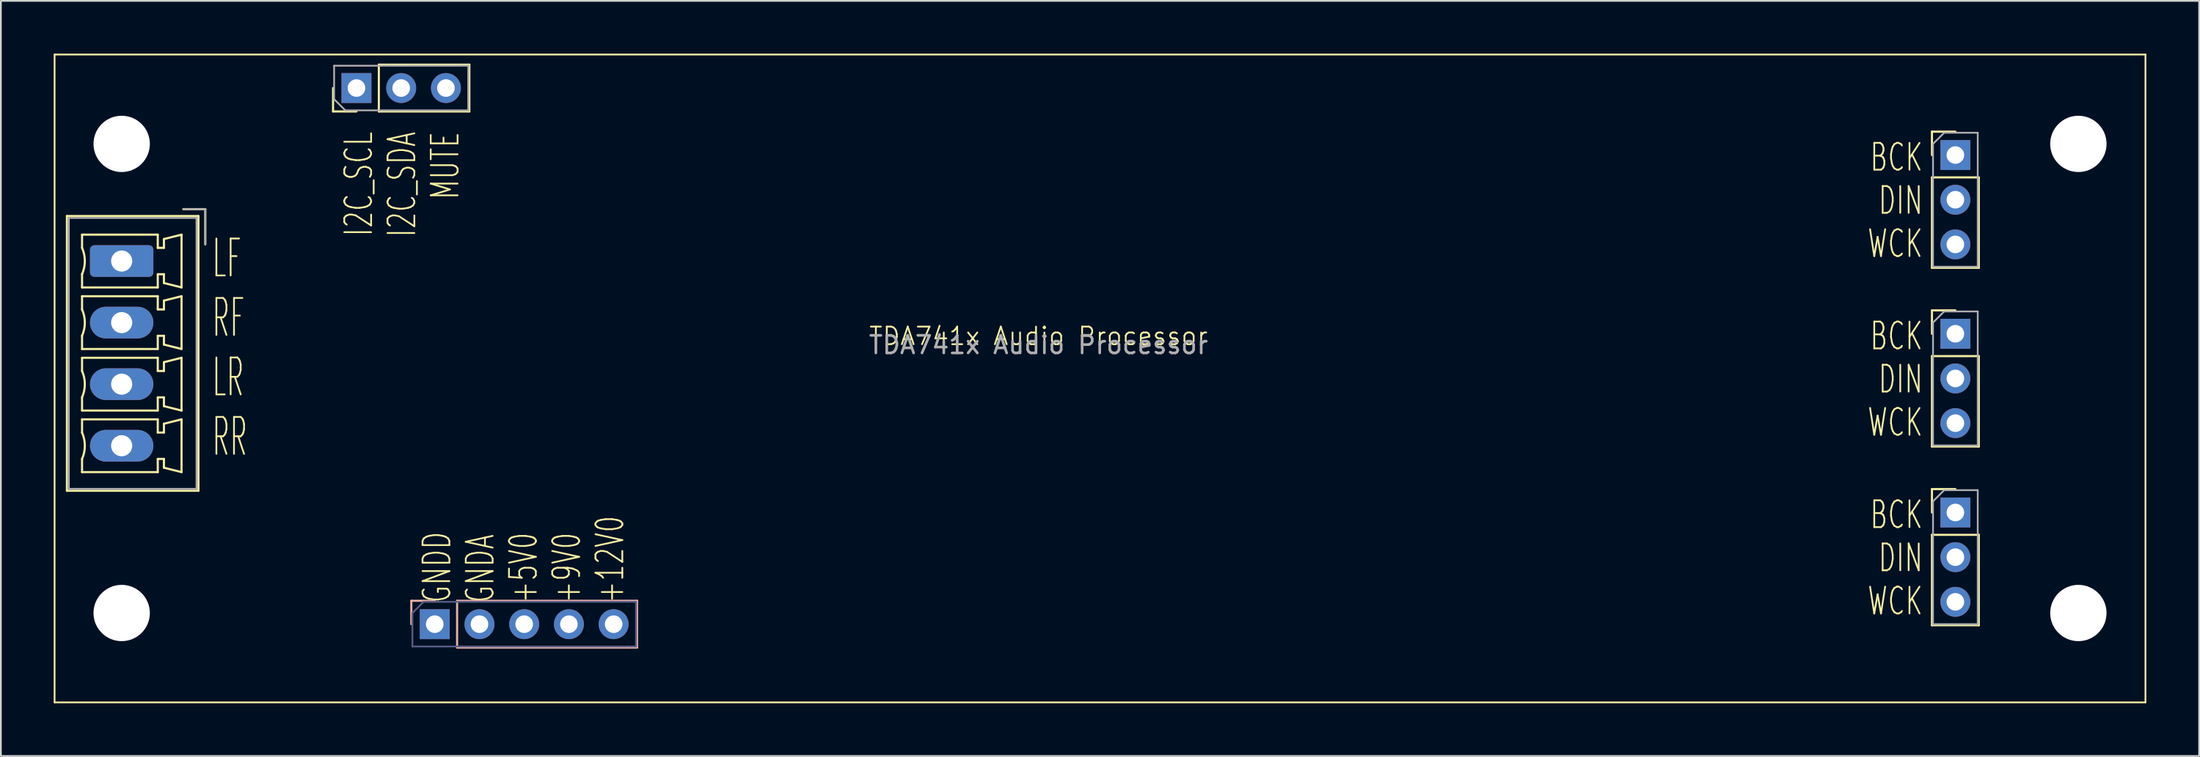
<source format=kicad_pcb>
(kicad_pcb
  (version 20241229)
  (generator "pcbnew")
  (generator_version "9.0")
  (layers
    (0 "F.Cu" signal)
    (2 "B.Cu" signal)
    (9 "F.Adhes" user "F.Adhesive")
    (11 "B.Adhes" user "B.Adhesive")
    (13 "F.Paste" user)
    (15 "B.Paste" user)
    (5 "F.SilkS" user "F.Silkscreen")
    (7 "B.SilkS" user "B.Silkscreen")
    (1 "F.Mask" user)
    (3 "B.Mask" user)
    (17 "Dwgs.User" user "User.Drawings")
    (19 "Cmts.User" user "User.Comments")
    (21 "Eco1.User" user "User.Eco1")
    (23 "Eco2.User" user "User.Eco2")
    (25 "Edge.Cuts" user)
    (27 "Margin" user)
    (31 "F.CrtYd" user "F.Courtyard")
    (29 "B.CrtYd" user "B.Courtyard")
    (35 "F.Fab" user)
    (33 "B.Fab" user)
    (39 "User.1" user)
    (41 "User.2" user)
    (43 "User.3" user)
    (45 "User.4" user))
  (footprint "TDA741x Audio Processor"
    (layer "F.Cu")
    (at 55.93 16.56)
    (property "Reference" "TDA741x Audio Processor" (at 0 -0.5 0) (unlocked yes) (layer "F.SilkS") (effects (font (size 1 1) (thickness 0.1))))
    (attr through_hole)
    (fp_line (start -55.88 -16.51) (end -55.88 20.32) (stroke (width 0.1) (type default)) (layer "F.SilkS"))
    (fp_line (start -55.88 -16.51) (end 62.865 -16.51) (stroke (width 0.1) (type default)) (layer "F.SilkS"))
    (fp_line (start -55.88 20.32) (end 62.865 20.32) (stroke (width 0.1) (type default)) (layer "F.SilkS"))
    (fp_line (start -55.18 -7.33) (end -55.18 8.29) (stroke (width 0.12) (type solid)) (layer "F.SilkS"))
    (fp_line (start -55.18 8.29) (end -47.71 8.29) (stroke (width 0.12) (type solid)) (layer "F.SilkS"))
    (fp_line (start -54.32 -6.27) (end -50.02 -6.27) (stroke (width 0.12) (type solid)) (layer "F.SilkS"))
    (fp_line (start -54.32 -5.52) (end -54.32 -6.27) (stroke (width 0.12) (type solid)) (layer "F.SilkS"))
    (fp_line (start -54.32 -3.27) (end -54.32 -4.02) (stroke (width 0.12) (type solid)) (layer "F.SilkS"))
    (fp_line (start -54.32 -2.77) (end -50.02 -2.77) (stroke (width 0.12) (type solid)) (layer "F.SilkS"))
    (fp_line (start -54.32 -2.02) (end -54.32 -2.77) (stroke (width 0.12) (type solid)) (layer "F.SilkS"))
    (fp_line (start -54.32 0.23) (end -54.32 -0.52) (stroke (width 0.12) (type solid)) (layer "F.SilkS"))
    (fp_line (start -54.32 0.73) (end -50.02 0.73) (stroke (width 0.12) (type solid)) (layer "F.SilkS"))
    (fp_line (start -54.32 1.48) (end -54.32 0.73) (stroke (width 0.12) (type solid)) (layer "F.SilkS"))
    (fp_line (start -54.32 3.73) (end -54.32 2.98) (stroke (width 0.12) (type solid)) (layer "F.SilkS"))
    (fp_line (start -54.32 4.23) (end -50.02 4.23) (stroke (width 0.12) (type solid)) (layer "F.SilkS"))
    (fp_line (start -54.32 4.98) (end -54.32 4.23) (stroke (width 0.12) (type solid)) (layer "F.SilkS"))
    (fp_line (start -54.32 7.23) (end -54.32 6.48) (stroke (width 0.12) (type solid)) (layer "F.SilkS"))
    (fp_line (start -50.02 -6.27) (end -50.02 -5.52) (stroke (width 0.12) (type solid)) (layer "F.SilkS"))
    (fp_line (start -50.02 -5.52) (end -49.67 -5.52) (stroke (width 0.12) (type solid)) (layer "F.SilkS"))
    (fp_line (start -50.02 -4.02) (end -50.02 -3.27) (stroke (width 0.12) (type solid)) (layer "F.SilkS"))
    (fp_line (start -50.02 -3.27) (end -54.32 -3.27) (stroke (width 0.12) (type solid)) (layer "F.SilkS"))
    (fp_line (start -50.02 -2.77) (end -50.02 -2.02) (stroke (width 0.12) (type solid)) (layer "F.SilkS"))
    (fp_line (start -50.02 -2.02) (end -49.67 -2.02) (stroke (width 0.12) (type solid)) (layer "F.SilkS"))
    (fp_line (start -50.02 -0.52) (end -50.02 0.23) (stroke (width 0.12) (type solid)) (layer "F.SilkS"))
    (fp_line (start -50.02 0.23) (end -54.32 0.23) (stroke (width 0.12) (type solid)) (layer "F.SilkS"))
    (fp_line (start -50.02 0.73) (end -50.02 1.48) (stroke (width 0.12) (type solid)) (layer "F.SilkS"))
    (fp_line (start -50.02 1.48) (end -49.67 1.48) (stroke (width 0.12) (type solid)) (layer "F.SilkS"))
    (fp_line (start -50.02 2.98) (end -50.02 3.73) (stroke (width 0.12) (type solid)) (layer "F.SilkS"))
    (fp_line (start -50.02 3.73) (end -54.32 3.73) (stroke (width 0.12) (type solid)) (layer "F.SilkS"))
    (fp_line (start -50.02 4.23) (end -50.02 4.98) (stroke (width 0.12) (type solid)) (layer "F.SilkS"))
    (fp_line (start -50.02 4.98) (end -49.67 4.98) (stroke (width 0.12) (type solid)) (layer "F.SilkS"))
    (fp_line (start -50.02 6.48) (end -50.02 7.23) (stroke (width 0.12) (type solid)) (layer "F.SilkS"))
    (fp_line (start -50.02 7.23) (end -54.32 7.23) (stroke (width 0.12) (type solid)) (layer "F.SilkS"))
    (fp_line (start -49.67 -6.02) (end -48.67 -6.27) (stroke (width 0.12) (type solid)) (layer "F.SilkS"))
    (fp_line (start -49.67 -5.52) (end -49.67 -6.02) (stroke (width 0.12) (type solid)) (layer "F.SilkS"))
    (fp_line (start -49.67 -4.02) (end -50.02 -4.02) (stroke (width 0.12) (type solid)) (layer "F.SilkS"))
    (fp_line (start -49.67 -3.52) (end -49.67 -4.02) (stroke (width 0.12) (type solid)) (layer "F.SilkS"))
    (fp_line (start -49.67 -2.52) (end -48.67 -2.77) (stroke (width 0.12) (type solid)) (layer "F.SilkS"))
    (fp_line (start -49.67 -2.02) (end -49.67 -2.52) (stroke (width 0.12) (type solid)) (layer "F.SilkS"))
    (fp_line (start -49.67 -0.52) (end -50.02 -0.52) (stroke (width 0.12) (type solid)) (layer "F.SilkS"))
    (fp_line (start -49.67 -0.02) (end -49.67 -0.52) (stroke (width 0.12) (type solid)) (layer "F.SilkS"))
    (fp_line (start -49.67 0.98) (end -48.67 0.73) (stroke (width 0.12) (type solid)) (layer "F.SilkS"))
    (fp_line (start -49.67 1.48) (end -49.67 0.98) (stroke (width 0.12) (type solid)) (layer "F.SilkS"))
    (fp_line (start -49.67 2.98) (end -50.02 2.98) (stroke (width 0.12) (type solid)) (layer "F.SilkS"))
    (fp_line (start -49.67 3.48) (end -49.67 2.98) (stroke (width 0.12) (type solid)) (layer "F.SilkS"))
    (fp_line (start -49.67 4.48) (end -48.67 4.23) (stroke (width 0.12) (type solid)) (layer "F.SilkS"))
    (fp_line (start -49.67 4.98) (end -49.67 4.48) (stroke (width 0.12) (type solid)) (layer "F.SilkS"))
    (fp_line (start -49.67 6.48) (end -50.02 6.48) (stroke (width 0.12) (type solid)) (layer "F.SilkS"))
    (fp_line (start -49.67 6.98) (end -49.67 6.48) (stroke (width 0.12) (type solid)) (layer "F.SilkS"))
    (fp_line (start -48.67 -6.27) (end -48.67 -3.27) (stroke (width 0.12) (type solid)) (layer "F.SilkS"))
    (fp_line (start -48.67 -3.27) (end -49.67 -3.52) (stroke (width 0.12) (type solid)) (layer "F.SilkS"))
    (fp_line (start -48.67 -2.77) (end -48.67 0.23) (stroke (width 0.12) (type solid)) (layer "F.SilkS"))
    (fp_line (start -48.67 0.23) (end -49.67 -0.02) (stroke (width 0.12) (type solid)) (layer "F.SilkS"))
    (fp_line (start -48.67 0.73) (end -48.67 3.73) (stroke (width 0.12) (type solid)) (layer "F.SilkS"))
    (fp_line (start -48.67 3.73) (end -49.67 3.48) (stroke (width 0.12) (type solid)) (layer "F.SilkS"))
    (fp_line (start -48.67 4.23) (end -48.67 7.23) (stroke (width 0.12) (type solid)) (layer "F.SilkS"))
    (fp_line (start -48.67 7.23) (end -49.67 6.98) (stroke (width 0.12) (type solid)) (layer "F.SilkS"))
    (fp_line (start -48.57 -7.72) (end -47.32 -7.72) (stroke (width 0.12) (type solid)) (layer "F.SilkS"))
    (fp_line (start -47.71 -7.33) (end -55.18 -7.33) (stroke (width 0.12) (type solid)) (layer "F.SilkS"))
    (fp_line (start -47.71 8.29) (end -47.71 -7.33) (stroke (width 0.12) (type solid)) (layer "F.SilkS"))
    (fp_line (start -47.32 -7.72) (end -47.32 -5.72) (stroke (width 0.12) (type solid)) (layer "F.SilkS"))
    (fp_line (start -40.065 -13.275) (end -40.065 -14.605) (stroke (width 0.12) (type solid)) (layer "F.SilkS"))
    (fp_line (start -38.735 -13.275) (end -40.065 -13.275) (stroke (width 0.12) (type solid)) (layer "F.SilkS"))
    (fp_line (start -37.465 -15.935) (end -32.325 -15.935) (stroke (width 0.12) (type solid)) (layer "F.SilkS"))
    (fp_line (start -37.465 -13.275) (end -37.465 -15.935) (stroke (width 0.12) (type solid)) (layer "F.SilkS"))
    (fp_line (start -37.465 -13.275) (end -32.325 -13.275) (stroke (width 0.12) (type solid)) (layer "F.SilkS"))
    (fp_line (start -32.325 -13.275) (end -32.325 -15.935) (stroke (width 0.12) (type solid)) (layer "F.SilkS"))
    (fp_line (start 50.74 -12.125) (end 52.07 -12.125) (stroke (width 0.12) (type solid)) (layer "F.SilkS"))
    (fp_line (start 50.74 -10.795) (end 50.74 -12.125) (stroke (width 0.12) (type solid)) (layer "F.SilkS"))
    (fp_line (start 50.74 -9.525) (end 50.74 -4.385) (stroke (width 0.12) (type solid)) (layer "F.SilkS"))
    (fp_line (start 50.74 -9.525) (end 53.4 -9.525) (stroke (width 0.12) (type solid)) (layer "F.SilkS"))
    (fp_line (start 50.74 -4.385) (end 53.4 -4.385) (stroke (width 0.12) (type solid)) (layer "F.SilkS"))
    (fp_line (start 50.74 -1.965) (end 52.07 -1.965) (stroke (width 0.12) (type solid)) (layer "F.SilkS"))
    (fp_line (start 50.74 -0.635) (end 50.74 -1.965) (stroke (width 0.12) (type solid)) (layer "F.SilkS"))
    (fp_line (start 50.74 0.635) (end 50.74 5.775) (stroke (width 0.12) (type solid)) (layer "F.SilkS"))
    (fp_line (start 50.74 0.635) (end 53.4 0.635) (stroke (width 0.12) (type solid)) (layer "F.SilkS"))
    (fp_line (start 50.74 5.775) (end 53.4 5.775) (stroke (width 0.12) (type solid)) (layer "F.SilkS"))
    (fp_line (start 50.74 8.195) (end 52.07 8.195) (stroke (width 0.12) (type solid)) (layer "F.SilkS"))
    (fp_line (start 50.74 9.525) (end 50.74 8.195) (stroke (width 0.12) (type solid)) (layer "F.SilkS"))
    (fp_line (start 50.74 10.795) (end 50.74 15.935) (stroke (width 0.12) (type solid)) (layer "F.SilkS"))
    (fp_line (start 50.74 10.795) (end 53.4 10.795) (stroke (width 0.12) (type solid)) (layer "F.SilkS"))
    (fp_line (start 50.74 15.935) (end 53.4 15.935) (stroke (width 0.12) (type solid)) (layer "F.SilkS"))
    (fp_line (start 53.4 -9.525) (end 53.4 -4.385) (stroke (width 0.12) (type solid)) (layer "F.SilkS"))
    (fp_line (start 53.4 0.635) (end 53.4 5.775) (stroke (width 0.12) (type solid)) (layer "F.SilkS"))
    (fp_line (start 53.4 10.795) (end 53.4 15.935) (stroke (width 0.12) (type solid)) (layer "F.SilkS"))
    (fp_line (start 62.865 20.32) (end 62.865 -16.51) (stroke (width 0.1) (type default)) (layer "F.SilkS"))
    (fp_arc (start -54.32 -5.52) (mid -54.16191 -4.770193) (end -54.319844 -4.020353) (stroke (width 0.12) (type solid)) (layer "F.SilkS"))
    (fp_arc (start -54.32 -2.02) (mid -54.16191 -1.270193) (end -54.319844 -0.520353) (stroke (width 0.12) (type solid)) (layer "F.SilkS"))
    (fp_arc (start -54.32 1.48) (mid -54.16191 2.229807) (end -54.319844 2.979647) (stroke (width 0.12) (type solid)) (layer "F.SilkS"))
    (fp_arc (start -54.32 4.98) (mid -54.16191 5.729807) (end -54.319844 6.479647) (stroke (width 0.12) (type solid)) (layer "F.SilkS"))
    (fp_line (start -35.62 14.545) (end -35.62 15.875) (stroke (width 0.12) (type solid)) (layer "B.SilkS"))
    (fp_line (start -34.29 14.545) (end -35.62 14.545) (stroke (width 0.12) (type solid)) (layer "B.SilkS"))
    (fp_line (start -33.02 14.545) (end -33.02 17.205) (stroke (width 0.12) (type solid)) (layer "B.SilkS"))
    (fp_line (start -33.02 14.545) (end -22.8 14.545) (stroke (width 0.12) (type solid)) (layer "B.SilkS"))
    (fp_line (start -33.02 17.205) (end -22.8 17.205) (stroke (width 0.12) (type solid)) (layer "B.SilkS"))
    (fp_line (start -22.8 14.545) (end -22.8 17.205) (stroke (width 0.12) (type solid)) (layer "B.SilkS"))
    (fp_line (start -35.56 15.24) (end -35.56 17.145) (stroke (width 0.1) (type solid)) (layer "B.Fab"))
    (fp_line (start -35.56 17.145) (end -22.86 17.145) (stroke (width 0.1) (type solid)) (layer "B.Fab"))
    (fp_line (start -34.925 14.605) (end -35.56 15.24) (stroke (width 0.1) (type solid)) (layer "B.Fab"))
    (fp_line (start -22.86 14.605) (end -34.925 14.605) (stroke (width 0.1) (type solid)) (layer "B.Fab"))
    (fp_line (start -22.86 17.145) (end -22.86 14.605) (stroke (width 0.1) (type solid)) (layer "B.Fab"))
    (fp_line (start -55.07 -7.22) (end -55.07 8.18) (stroke (width 0.1) (type solid)) (layer "F.Fab"))
    (fp_line (start -55.07 8.18) (end -47.82 8.18) (stroke (width 0.1) (type solid)) (layer "F.Fab"))
    (fp_line (start -48.57 -7.72) (end -47.32 -7.72) (stroke (width 0.1) (type solid)) (layer "F.Fab"))
    (fp_line (start -47.82 -7.22) (end -55.07 -7.22) (stroke (width 0.1) (type solid)) (layer "F.Fab"))
    (fp_line (start -47.82 8.18) (end -47.82 -7.22) (stroke (width 0.1) (type solid)) (layer "F.Fab"))
    (fp_line (start -47.32 -7.72) (end -47.32 -5.72) (stroke (width 0.1) (type solid)) (layer "F.Fab"))
    (fp_line (start -40.005 -15.875) (end -32.385 -15.875) (stroke (width 0.1) (type solid)) (layer "F.Fab"))
    (fp_line (start -40.005 -13.97) (end -40.005 -15.875) (stroke (width 0.1) (type solid)) (layer "F.Fab"))
    (fp_line (start -39.37 -13.335) (end -40.005 -13.97) (stroke (width 0.1) (type solid)) (layer "F.Fab"))
    (fp_line (start -32.385 -15.875) (end -32.385 -13.335) (stroke (width 0.1) (type solid)) (layer "F.Fab"))
    (fp_line (start -32.385 -13.335) (end -39.37 -13.335) (stroke (width 0.1) (type solid)) (layer "F.Fab"))
    (fp_line (start 50.8 -11.43) (end 51.435 -12.065) (stroke (width 0.1) (type solid)) (layer "F.Fab"))
    (fp_line (start 50.8 -4.445) (end 50.8 -11.43) (stroke (width 0.1) (type solid)) (layer "F.Fab"))
    (fp_line (start 50.8 -1.27) (end 51.435 -1.905) (stroke (width 0.1) (type solid)) (layer "F.Fab"))
    (fp_line (start 50.8 5.715) (end 50.8 -1.27) (stroke (width 0.1) (type solid)) (layer "F.Fab"))
    (fp_line (start 50.8 8.89) (end 51.435 8.255) (stroke (width 0.1) (type solid)) (layer "F.Fab"))
    (fp_line (start 50.8 15.875) (end 50.8 8.89) (stroke (width 0.1) (type solid)) (layer "F.Fab"))
    (fp_line (start 51.435 -12.065) (end 53.34 -12.065) (stroke (width 0.1) (type solid)) (layer "F.Fab"))
    (fp_line (start 51.435 -1.905) (end 53.34 -1.905) (stroke (width 0.1) (type solid)) (layer "F.Fab"))
    (fp_line (start 51.435 8.255) (end 53.34 8.255) (stroke (width 0.1) (type solid)) (layer "F.Fab"))
    (fp_line (start 53.34 -12.065) (end 53.34 -4.445) (stroke (width 0.1) (type solid)) (layer "F.Fab"))
    (fp_line (start 53.34 -4.445) (end 50.8 -4.445) (stroke (width 0.1) (type solid)) (layer "F.Fab"))
    (fp_line (start 53.34 -1.905) (end 53.34 5.715) (stroke (width 0.1) (type solid)) (layer "F.Fab"))
    (fp_line (start 53.34 5.715) (end 50.8 5.715) (stroke (width 0.1) (type solid)) (layer "F.Fab"))
    (fp_line (start 53.34 8.255) (end 53.34 15.875) (stroke (width 0.1) (type solid)) (layer "F.Fab"))
    (fp_line (start 53.34 15.875) (end 50.8 15.875) (stroke (width 0.1) (type solid)) (layer "F.Fab"))
    (fp_text user "${REFERENCE}" (at 0 0 0) (unlocked yes) (layer "F.Fab") (effects (font (size 1 1) (thickness 0.15))))
    (fp_text_box "BCK\nDIN\nWCK" (start 45.72 -2.54) (end 51.435 6.35) (margins 1.144 1.144 1.144 1.144) (layer "F.SilkS") (effects (font (size 1.525 1) (thickness 0.1)) (justify right top)) (border no) (stroke (width -0.000001) (type solid)))
    (fp_text_box "I2C_SCL\nI2C_SDA\nMUTE" (start -40.64 -6.985) (end -33.02 -13.335) (margins 1.144 1.144 1.144 1.144) (angle 90) (layer "F.SilkS") (effects (font (size 1.525 1) (thickness 0.1)) (justify right top)) (border no) (stroke (width -0.000001) (type solid)))
    (fp_text_box "LF\nRF\nLR\nRR" (start -48.57 -7.72) (end -42.22 10.06) (margins 1.575 1.575 1.575 1.575) (layer "F.SilkS") (effects (font (size 2.1 1) (thickness 0.1)) (justify left top)) (border no) (stroke (width -0.000001) (type solid)))
    (fp_text_box "GNDD\nGNDA\n+5V0\n+9V0\n+12V0" (start -36.195 15.875) (end -28.575 9.525) (margins 1.144 1.144 1.144 1.144) (angle 90) (layer "F.SilkS") (effects (font (size 1.525 1) (thickness 0.1)) (justify left top)) (border no) (stroke (width -0.000001) (type solid)))
    (fp_text_box "BCK\nDIN\nWCK" (start 45.72 7.62) (end 51.435 16.51) (margins 1.144 1.144 1.144 1.144) (layer "F.SilkS") (effects (font (size 1.525 1) (thickness 0.1)) (justify right top)) (border no) (stroke (width -0.000001) (type solid)))
    (fp_text_box "BCK\nDIN\nWCK" (start 45.72 -12.7) (end 51.435 -3.81) (margins 1.144 1.144 1.144 1.144) (layer "F.SilkS") (effects (font (size 1.525 1) (thickness 0.1)) (justify right top)) (border no) (stroke (width -0.000001) (type solid)))
    (pad "" np_thru_hole circle (at -52.07 -11.43) (size 3.2 3.2) (drill 3.2) (layers "*.Cu" "*.Mask"))
    (pad "" np_thru_hole circle (at -52.07 15.24) (size 3.2 3.2) (drill 3.2) (layers "*.Cu" "*.Mask"))
    (pad "" np_thru_hole circle (at 59.055 -11.43) (size 3.2 3.2) (drill 3.2) (layers "*.Cu" "*.Mask"))
    (pad "" np_thru_hole circle (at 59.055 15.24) (size 3.2 3.2) (drill 3.2) (layers "*.Cu" "*.Mask"))
    (pad "A_LF" thru_hole roundrect (at -52.07 -4.77 270) (size 1.8 3.6) (drill 1.2) (layers "*.Cu" "*.Mask") (roundrect_rratio 0.139))
    (pad "A_LR" thru_hole oval (at -52.07 2.23 270) (size 1.8 3.6) (drill 1.2) (layers "*.Cu" "*.Mask"))
    (pad "A_RF" thru_hole oval (at -52.07 -1.27 270) (size 1.8 3.6) (drill 1.2) (layers "*.Cu" "*.Mask"))
    (pad "A_RR" thru_hole oval (at -52.07 5.73 270) (size 1.8 3.6) (drill 1.2) (layers "*.Cu" "*.Mask"))
    (pad "I2C_1" thru_hole rect (at -38.735 -14.605 90) (size 1.7 1.7) (drill 1) (layers "*.Cu" "*.Mask"))
    (pad "I2C_2" thru_hole oval (at -36.195 -14.605 90) (size 1.7 1.7) (drill 1) (layers "*.Cu" "*.Mask"))
    (pad "I2C_3" thru_hole oval (at -33.655 -14.605 90) (size 1.7 1.7) (drill 1) (layers "*.Cu" "*.Mask"))
    (pad "I2S1_1" thru_hole rect (at 52.07 -10.795) (size 1.7 1.7) (drill 1) (layers "*.Cu" "*.Mask"))
    (pad "I2S1_2" thru_hole oval (at 52.07 -8.255) (size 1.7 1.7) (drill 1) (layers "*.Cu" "*.Mask"))
    (pad "I2S1_3" thru_hole oval (at 52.07 -5.715) (size 1.7 1.7) (drill 1) (layers "*.Cu" "*.Mask"))
    (pad "I2S2_1" thru_hole rect (at 52.07 -0.635) (size 1.7 1.7) (drill 1) (layers "*.Cu" "*.Mask"))
    (pad "I2S2_2" thru_hole oval (at 52.07 1.905) (size 1.7 1.7) (drill 1) (layers "*.Cu" "*.Mask"))
    (pad "I2S2_3" thru_hole oval (at 52.07 4.445) (size 1.7 1.7) (drill 1) (layers "*.Cu" "*.Mask"))
    (pad "I2S3_1" thru_hole rect (at 52.07 9.525) (size 1.7 1.7) (drill 1) (layers "*.Cu" "*.Mask"))
    (pad "I2S3_2" thru_hole oval (at 52.07 12.065) (size 1.7 1.7) (drill 1) (layers "*.Cu" "*.Mask"))
    (pad "I2S3_3" thru_hole oval (at 52.07 14.605) (size 1.7 1.7) (drill 1) (layers "*.Cu" "*.Mask"))
    (pad "PS1" thru_hole rect (at -34.29 15.875 270) (size 1.7 1.7) (drill 1) (layers "*.Cu" "*.Mask"))
    (pad "PS2" thru_hole oval (at -31.75 15.875 270) (size 1.7 1.7) (drill 1) (layers "*.Cu" "*.Mask"))
    (pad "PS3" thru_hole oval (at -29.21 15.875 270) (size 1.7 1.7) (drill 1) (layers "*.Cu" "*.Mask"))
    (pad "PS4" thru_hole oval (at -26.67 15.875 270) (size 1.7 1.7) (drill 1) (layers "*.Cu" "*.Mask"))
    (pad "PS5" thru_hole oval (at -24.13 15.875 270) (size 1.7 1.7) (drill 1) (layers "*.Cu" "*.Mask")))
  (gr_rect
    (start -3 -3)
    (end 121.845 39.93)
    (stroke (width 0.1) (type default))
    (fill no)
    (layer "Edge.Cuts")))
</source>
